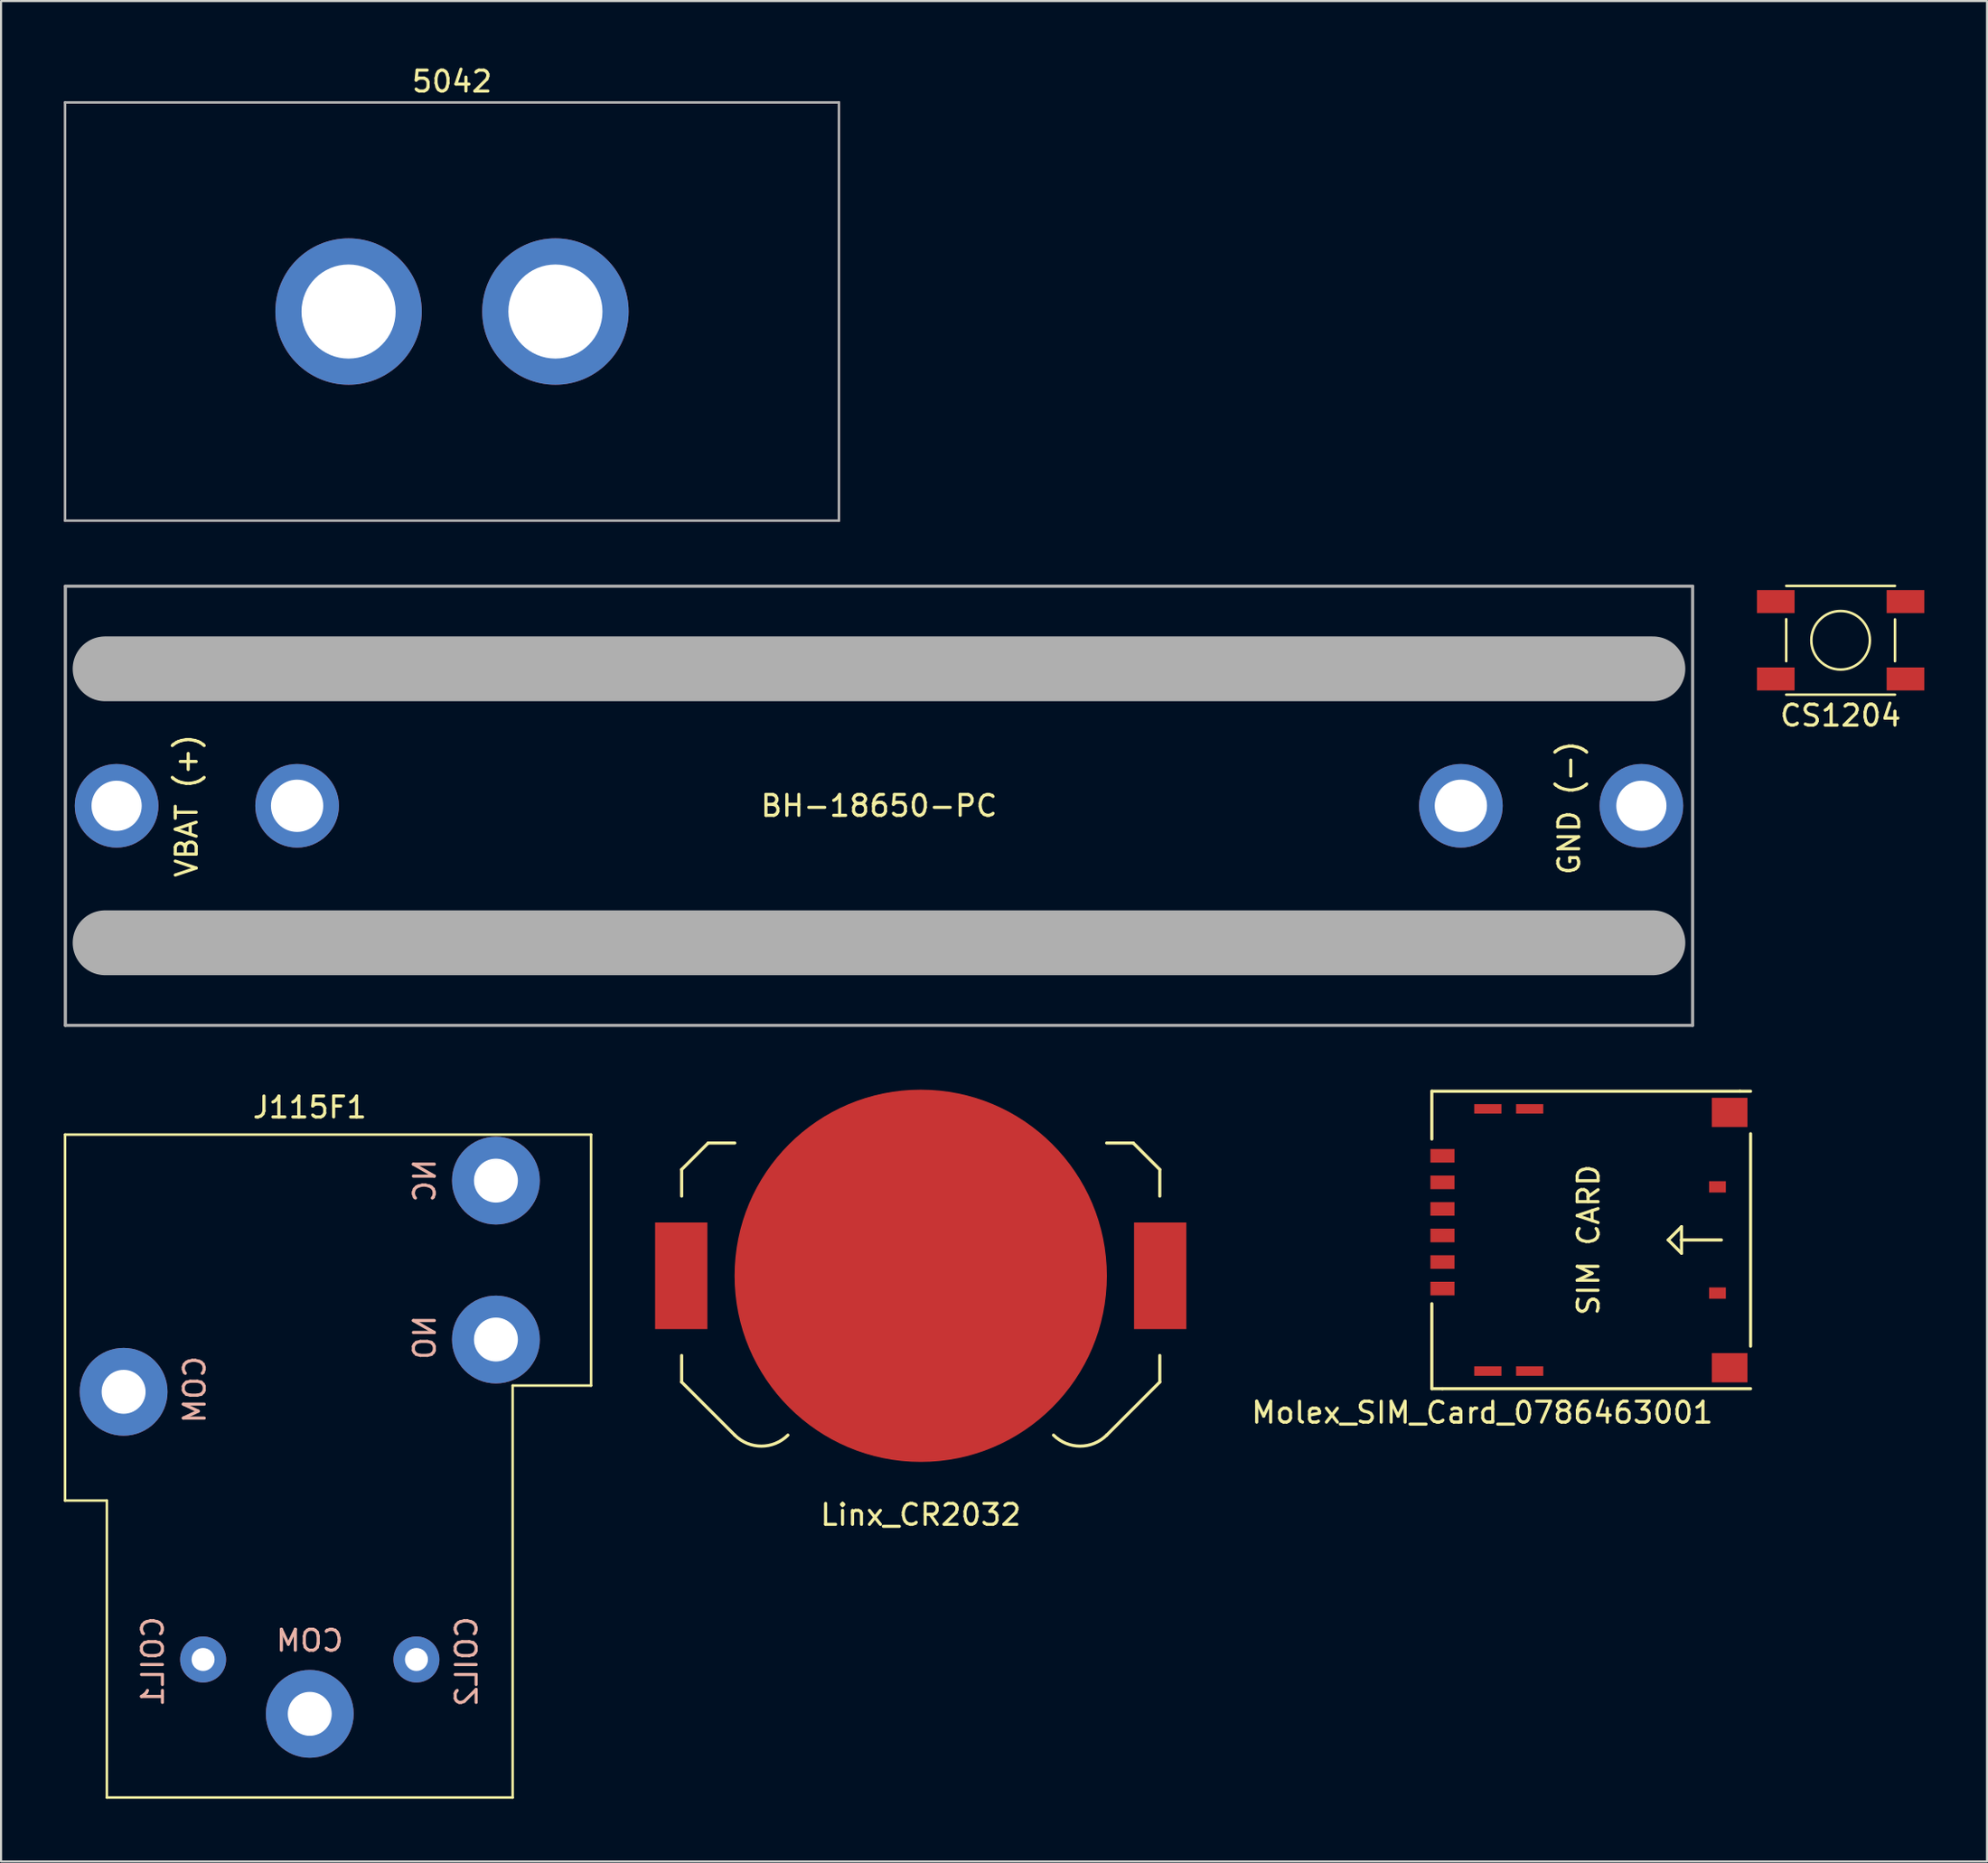
<source format=kicad_pcb>
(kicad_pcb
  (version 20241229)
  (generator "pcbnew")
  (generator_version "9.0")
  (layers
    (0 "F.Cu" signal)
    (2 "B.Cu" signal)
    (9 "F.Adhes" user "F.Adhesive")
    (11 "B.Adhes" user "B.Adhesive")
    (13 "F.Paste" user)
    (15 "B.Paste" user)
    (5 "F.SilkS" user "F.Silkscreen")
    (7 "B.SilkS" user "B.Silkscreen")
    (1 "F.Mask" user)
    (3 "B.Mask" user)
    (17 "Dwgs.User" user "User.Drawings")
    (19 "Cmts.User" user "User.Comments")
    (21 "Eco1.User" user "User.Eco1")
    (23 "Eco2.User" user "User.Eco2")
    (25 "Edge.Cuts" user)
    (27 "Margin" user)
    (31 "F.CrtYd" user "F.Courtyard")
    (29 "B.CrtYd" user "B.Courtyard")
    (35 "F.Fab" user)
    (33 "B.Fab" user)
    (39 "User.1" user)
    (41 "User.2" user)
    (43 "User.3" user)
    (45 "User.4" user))
  (footprint "5042"
    (layer "F.Cu")
    (at 18.56 11.848)
    (property "Reference" "5042" (at 0 -11 180) (layer "F.SilkS") (effects (font (size 1 1) (thickness 0.15))))
    (attr through_hole)
    (fp_line (start -18.5 -10) (end 18.5 -10) (stroke (width 0.12) (type solid)) (layer "F.Fab"))
    (fp_line (start -18.5 10) (end -18.5 -10) (stroke (width 0.12) (type solid)) (layer "F.Fab"))
    (fp_line (start 18.5 -10) (end 18.5 10) (stroke (width 0.12) (type solid)) (layer "F.Fab"))
    (fp_line (start 18.5 10) (end -18.5 10) (stroke (width 0.12) (type solid)) (layer "F.Fab"))
    (pad "1" thru_hole circle (at -4.945 0) (size 7 7) (drill 4.5) (layers "*.Cu" "*.Mask"))
    (pad "1" thru_hole circle (at 4.945 0) (size 7 7) (drill 4.5) (layers "*.Cu" "*.Mask")))
  (footprint "Linx_CR2032"
    (layer "F.Cu")
    (at 40.97 57.958)
    (property "Reference" "Linx_CR2032" (at 0 11.43 0) (layer "F.SilkS") (effects (font (size 1 1) (thickness 0.15))))
    (attr through_hole)
    (fp_line (start -11.43 -5.08) (end -10.16 -6.35) (stroke (width 0.15) (type solid)) (layer "F.SilkS"))
    (fp_line (start -11.43 -3.81) (end -11.43 -5.08) (stroke (width 0.15) (type solid)) (layer "F.SilkS"))
    (fp_line (start -11.43 3.81) (end -11.43 5.08) (stroke (width 0.15) (type solid)) (layer "F.SilkS"))
    (fp_line (start -11.43 5.08) (end -8.89 7.62) (stroke (width 0.15) (type solid)) (layer "F.SilkS"))
    (fp_line (start -10.16 -6.35) (end -8.89 -6.35) (stroke (width 0.15) (type solid)) (layer "F.SilkS"))
    (fp_line (start 10.16 -6.35) (end 8.89 -6.35) (stroke (width 0.15) (type solid)) (layer "F.SilkS"))
    (fp_line (start 11.43 -5.08) (end 10.16 -6.35) (stroke (width 0.15) (type solid)) (layer "F.SilkS"))
    (fp_line (start 11.43 -3.81) (end 11.43 -5.08) (stroke (width 0.15) (type solid)) (layer "F.SilkS"))
    (fp_line (start 11.43 3.81) (end 11.43 5.08) (stroke (width 0.15) (type solid)) (layer "F.SilkS"))
    (fp_line (start 11.43 5.08) (end 8.89 7.62) (stroke (width 0.15) (type solid)) (layer "F.SilkS"))
    (fp_arc (start -6.35 7.62) (mid -7.62 8.146051) (end -8.89 7.62) (stroke (width 0.15) (type solid)) (layer "F.SilkS"))
    (fp_arc (start 8.89 7.62) (mid 7.62 8.146051) (end 6.35 7.62) (stroke (width 0.15) (type solid)) (layer "F.SilkS"))
    (pad "1" smd rect (at -11.45 0) (size 2.5 5.1) (layers "F.Cu" "F.Mask" "F.Paste"))
    (pad "1" smd rect (at 11.45 0) (size 2.5 5.1) (layers "F.Cu" "F.Mask" "F.Paste"))
    (pad "2" smd circle (at 0 0) (size 17.8 17.8) (layers "F.Cu" "F.Mask")))
  (footprint "BH-18650-PC"
    (layer "F.Cu")
    (at 38.975 35.483)
    (property "Reference" "BH-18650-PC" (at 0 0 0) (layer "F.SilkS") (effects (font (size 1 1) (thickness 0.15))))
    (attr through_hole)
    (fp_line (start -38.9 -10.5) (end -38.9 10.5) (stroke (width 0.15) (type solid)) (layer "F.Fab"))
    (fp_line (start -38.9 -10.5) (end 38.9 -10.5) (stroke (width 0.15) (type solid)) (layer "F.Fab"))
    (fp_line (start -38.9 10.5) (end 38.9 10.5) (stroke (width 0.15) (type solid)) (layer "F.Fab"))
    (fp_line (start -37 -6.55) (end 37 -6.55) (stroke (width 3.1) (type solid)) (layer "F.Fab"))
    (fp_line (start -37 6.55) (end 37 6.55) (stroke (width 3.1) (type solid)) (layer "F.Fab"))
    (fp_line (start 38.9 -10.5) (end 38.9 10.5) (stroke (width 0.15) (type solid)) (layer "F.Fab"))
    (fp_text user "GND (-)" (at 33 0.1 90) (layer "F.SilkS") (effects (font (size 1 1) (thickness 0.15))))
    (fp_text user "VBAT (+)" (at -33.1 0 90) (layer "F.SilkS") (effects (font (size 1 1) (thickness 0.15))))
    (pad "" np_thru_hole circle (at -27.82 0) (size 4 4) (drill 2.5) (layers "*.Cu" "*.Mask"))
    (pad "" np_thru_hole circle (at 27.82 0) (size 4 4) (drill 2.5) (layers "*.Cu" "*.Mask"))
    (pad "1" thru_hole circle (at -36.45 0) (size 4 4) (drill 2.4) (layers "*.Cu" "*.Mask"))
    (pad "2" thru_hole circle (at 36.45 0) (size 4 4) (drill 2.4) (layers "*.Cu" "*.Mask")))
  (footprint "Molex_SIM_Card_0786463001"
    (layer "F.Cu")
    (at 65.914 56.245)
    (property "Reference" "Molex_SIM_Card_0786463001" (at 1.905 8.255 0) (layer "F.SilkS") (effects (font (size 1 1) (thickness 0.15))))
    (attr through_hole)
    (fp_line (start -0.508 -4.826) (end -0.508 -7.112) (stroke (width 0.15) (type solid)) (layer "F.SilkS"))
    (fp_line (start -0.508 7.112) (end -0.508 3.048) (stroke (width 0.15) (type solid)) (layer "F.SilkS"))
    (fp_line (start 0 7.112) (end -0.508 7.112) (stroke (width 0.15) (type solid)) (layer "F.SilkS"))
    (fp_line (start 10.795 0) (end 11.43 0.635) (stroke (width 0.15) (type solid)) (layer "F.SilkS"))
    (fp_line (start 11.43 -0.635) (end 10.795 0) (stroke (width 0.15) (type solid)) (layer "F.SilkS"))
    (fp_line (start 11.43 0) (end 11.43 -0.635) (stroke (width 0.15) (type solid)) (layer "F.SilkS"))
    (fp_line (start 11.43 0.635) (end 11.43 0) (stroke (width 0.15) (type solid)) (layer "F.SilkS"))
    (fp_line (start 13.335 0) (end 11.43 0) (stroke (width 0.15) (type solid)) (layer "F.SilkS"))
    (fp_line (start 14.224 -7.112) (end -0.508 -7.112) (stroke (width 0.15) (type solid)) (layer "F.SilkS"))
    (fp_line (start 14.224 -7.112) (end 14.732 -7.112) (stroke (width 0.15) (type solid)) (layer "F.SilkS"))
    (fp_line (start 14.732 -5.08) (end 14.732 5.08) (stroke (width 0.15) (type solid)) (layer "F.SilkS"))
    (fp_line (start 14.732 7.112) (end 0 7.112) (stroke (width 0.15) (type solid)) (layer "F.SilkS"))
    (fp_text user "SIM CARD" (at 6.985 0 90) (layer "F.SilkS") (effects (font (size 1 1) (thickness 0.15))))
    (pad "1" smd rect (at 0 -2.755) (size 1.15 0.65) (layers "F.Cu" "F.Mask" "F.Paste"))
    (pad "2" smd rect (at 0 -0.215) (size 1.15 0.65) (layers "F.Cu" "F.Mask" "F.Paste"))
    (pad "3" smd rect (at 0 2.325) (size 1.15 0.65) (layers "F.Cu" "F.Mask" "F.Paste"))
    (pad "5" smd rect (at 0 -4.025) (size 1.15 0.65) (layers "F.Cu" "F.Mask" "F.Paste"))
    (pad "6" smd rect (at 0 -1.485) (size 1.15 0.65) (layers "F.Cu" "F.Mask" "F.Paste"))
    (pad "7" smd rect (at 0 1.055) (size 1.15 0.65) (layers "F.Cu" "F.Mask" "F.Paste"))
    (pad "9" smd rect (at 2.17 -6.27) (size 1.3 0.45) (layers "F.Cu" "F.Mask" "F.Paste"))
    (pad "9" smd rect (at 2.17 6.27) (size 1.3 0.45) (layers "F.Cu" "F.Mask" "F.Paste"))
    (pad "9" smd rect (at 4.17 -6.27) (size 1.3 0.45) (layers "F.Cu" "F.Mask" "F.Paste"))
    (pad "9" smd rect (at 4.17 6.27) (size 1.3 0.45) (layers "F.Cu" "F.Mask" "F.Paste"))
    (pad "9" smd rect (at 13.73 -6.1) (size 1.7 1.4) (layers "F.Cu" "F.Mask" "F.Paste"))
    (pad "9" smd rect (at 13.73 6.11) (size 1.7 1.4) (layers "F.Cu" "F.Mask" "F.Paste"))
    (pad "10" smd rect (at 13.15 -2.54) (size 0.8 0.54) (layers "F.Cu" "F.Mask" "F.Paste"))
    (pad "10" smd rect (at 13.15 2.54) (size 0.8 0.54) (layers "F.Cu" "F.Mask" "F.Paste")))
  (footprint "J115F1"
    (layer "F.Cu")
    (at 11.76 78.906)
    (property "Reference" "J115F1" (at 0 -29 0) (layer "F.SilkS") (effects (font (size 1 1) (thickness 0.15))))
    (attr through_hole)
    (fp_line (start -11.7 -27.7) (end 13.45 -27.7) (stroke (width 0.12) (type solid)) (layer "F.SilkS"))
    (fp_line (start -11.7 -10.2) (end -11.7 -27.7) (stroke (width 0.12) (type solid)) (layer "F.SilkS"))
    (fp_line (start -9.7 -10.2) (end -11.7 -10.2) (stroke (width 0.12) (type solid)) (layer "F.SilkS"))
    (fp_line (start -9.7 4) (end -9.7 -10.2) (stroke (width 0.12) (type solid)) (layer "F.SilkS"))
    (fp_line (start 9.7 -15.7) (end 9.7 4) (stroke (width 0.12) (type solid)) (layer "F.SilkS"))
    (fp_line (start 9.7 4) (end -9.7 4) (stroke (width 0.12) (type solid)) (layer "F.SilkS"))
    (fp_line (start 13.45 -27.7) (end 13.45 -15.7) (stroke (width 0.12) (type solid)) (layer "F.SilkS"))
    (fp_line (start 13.45 -15.7) (end 9.7 -15.7) (stroke (width 0.12) (type solid)) (layer "F.SilkS"))
    (fp_text user "NO" (at 5.5 -18 270) (layer "B.SilkS") (effects (font (size 1 1) (thickness 0.15)) (justify mirror)))
    (fp_text user "COM" (at -5.5 -15.5 270) (layer "B.SilkS") (effects (font (size 1 1) (thickness 0.15)) (justify mirror)))
    (fp_text user "COM" (at 0 -3.5 180) (layer "B.SilkS") (effects (font (size 1 1) (thickness 0.15)) (justify mirror)))
    (fp_text user "COIL1" (at -7.5 -2.5 90) (layer "B.SilkS") (effects (font (size 1 1) (thickness 0.15)) (justify mirror)))
    (fp_text user "NC" (at 5.5 -25.5 90) (layer "B.SilkS") (effects (font (size 1 1) (thickness 0.15)) (justify mirror)))
    (fp_text user "COIL2" (at 7.5 -2.5 90) (layer "B.SilkS") (effects (font (size 1 1) (thickness 0.15)) (justify mirror)))
    (pad "1" thru_hole circle (at -8.9 -15.4) (size 4.2 4.2) (drill 2.1) (layers "*.Cu" "*.Mask"))
    (pad "1" thru_hole circle (at 0 0) (size 4.2 4.2) (drill 2.1) (layers "*.Cu" "*.Mask"))
    (pad "2" thru_hole circle (at 8.9 -25.5) (size 4.2 4.2) (drill 2.1) (layers "*.Cu" "*.Mask"))
    (pad "3" thru_hole circle (at 8.9 -17.9) (size 4.2 4.2) (drill 2.1) (layers "*.Cu" "*.Mask"))
    (pad "4" thru_hole circle (at -5.1 -2.6) (size 2.2 2.2) (drill 1.1) (layers "*.Cu" "*.Mask"))
    (pad "5" thru_hole circle (at 5.1 -2.6) (size 2.2 2.2) (drill 1.1) (layers "*.Cu" "*.Mask")))
  (footprint "CS1204"
    (layer "F.Cu")
    (at 84.95 27.568)
    (property "Reference" "CS1204" (at 0 3.6 0) (layer "F.SilkS") (effects (font (size 1 1) (thickness 0.15))))
    (attr smd)
    (fp_line (start -2.6 -2.6) (end 2.6 -2.6) (stroke (width 0.12) (type solid)) (layer "F.SilkS"))
    (fp_line (start -2.6 -1) (end -2.6 -0.9) (stroke (width 0.12) (type solid)) (layer "F.SilkS"))
    (fp_line (start -2.6 1) (end -2.6 -1) (stroke (width 0.12) (type solid)) (layer "F.SilkS"))
    (fp_line (start -2.6 2.6) (end 2.6 2.6) (stroke (width 0.12) (type solid)) (layer "F.SilkS"))
    (fp_line (start 2.6 -1) (end 2.6 1) (stroke (width 0.12) (type solid)) (layer "F.SilkS"))
    (fp_circle (center 0 0) (end 0 -1.4) (stroke (width 0.12) (type solid)) (fill no) (layer "F.SilkS"))
    (pad "1" smd rect (at -3.1 -1.85) (size 1.8 1.1) (layers "F.Cu" "F.Mask" "F.Paste"))
    (pad "2" smd rect (at 3.1 -1.85) (size 1.8 1.1) (layers "F.Cu" "F.Mask" "F.Paste"))
    (pad "3" smd rect (at -3.1 1.85) (size 1.8 1.1) (layers "F.Cu" "F.Mask" "F.Paste"))
    (pad "4" smd rect (at 3.1 1.85) (size 1.8 1.1) (layers "F.Cu" "F.Mask" "F.Paste")))
  (gr_rect
    (start -3 -3)
    (end 91.95 85.966)
    (stroke (width 0.1) (type default))
    (fill no)
    (layer "Edge.Cuts")))
</source>
